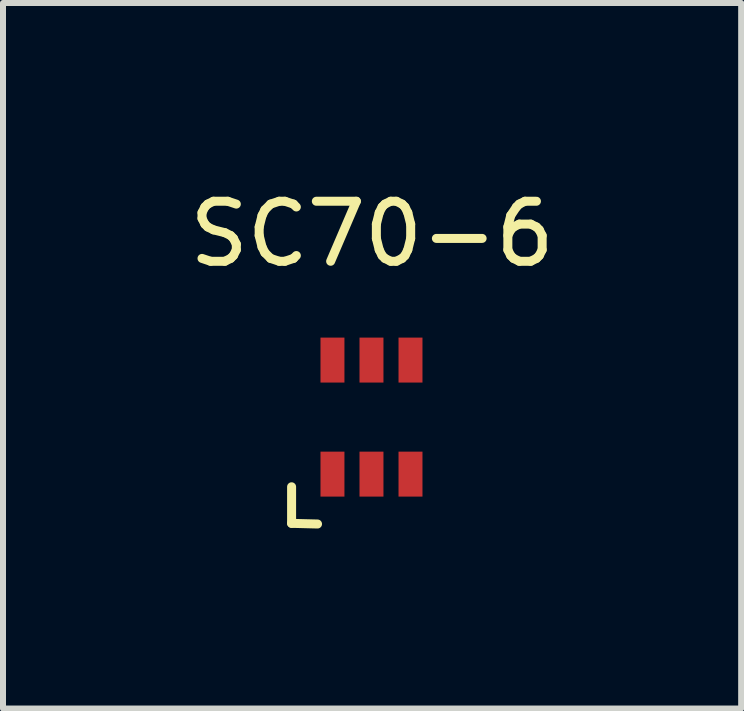
<source format=kicad_pcb>
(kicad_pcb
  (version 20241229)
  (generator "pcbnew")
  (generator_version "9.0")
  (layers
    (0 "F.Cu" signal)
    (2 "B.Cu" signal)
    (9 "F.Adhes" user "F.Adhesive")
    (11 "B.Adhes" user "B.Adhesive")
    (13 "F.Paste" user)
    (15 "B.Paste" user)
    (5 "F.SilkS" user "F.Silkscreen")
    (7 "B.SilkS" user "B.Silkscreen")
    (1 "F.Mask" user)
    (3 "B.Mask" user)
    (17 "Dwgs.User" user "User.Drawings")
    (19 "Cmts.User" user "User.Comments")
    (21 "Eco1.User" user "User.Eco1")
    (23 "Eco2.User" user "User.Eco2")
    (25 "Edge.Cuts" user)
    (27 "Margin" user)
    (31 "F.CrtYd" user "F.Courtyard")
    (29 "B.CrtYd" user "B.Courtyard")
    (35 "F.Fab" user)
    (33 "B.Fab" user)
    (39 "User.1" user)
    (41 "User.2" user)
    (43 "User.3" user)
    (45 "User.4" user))
  (footprint "SC70-6"
    (layer "F.Cu")
    (at 3.139 3.899)
    (property "Reference" "SC70-6" (at 0.01 -3.051 0) (layer "F.SilkS") (effects (font (size 1 1) (thickness 0.15))))
    (attr smd)
    (fp_line (start -1.331 1.161) (end -1.331 1.77) (stroke (width 0.15) (type solid)) (layer "F.SilkS"))
    (fp_line (start -1.331 1.77) (end -0.899 1.781) (stroke (width 0.15) (type solid)) (layer "F.SilkS"))
    (pad "1" smd rect (at -0.65 0.95) (size 0.399 0.749) (layers "F.Cu" "F.Mask" "F.Paste"))
    (pad "2" smd rect (at 0 0.95) (size 0.399 0.749) (layers "F.Cu" "F.Mask" "F.Paste"))
    (pad "3" smd rect (at 0.65 0.95) (size 0.399 0.749) (layers "F.Cu" "F.Mask" "F.Paste"))
    (pad "4" smd rect (at 0.65 -0.95) (size 0.399 0.749) (layers "F.Cu" "F.Mask" "F.Paste"))
    (pad "5" smd rect (at 0 -0.95) (size 0.399 0.749) (layers "F.Cu" "F.Mask" "F.Paste"))
    (pad "6" smd rect (at -0.65 -0.95) (size 0.399 0.749) (layers "F.Cu" "F.Mask" "F.Paste")))
  (gr_rect
    (start -3 -3)
    (end 9.298 8.754)
    (stroke (width 0.1) (type default))
    (fill no)
    (layer "Edge.Cuts")))
</source>
